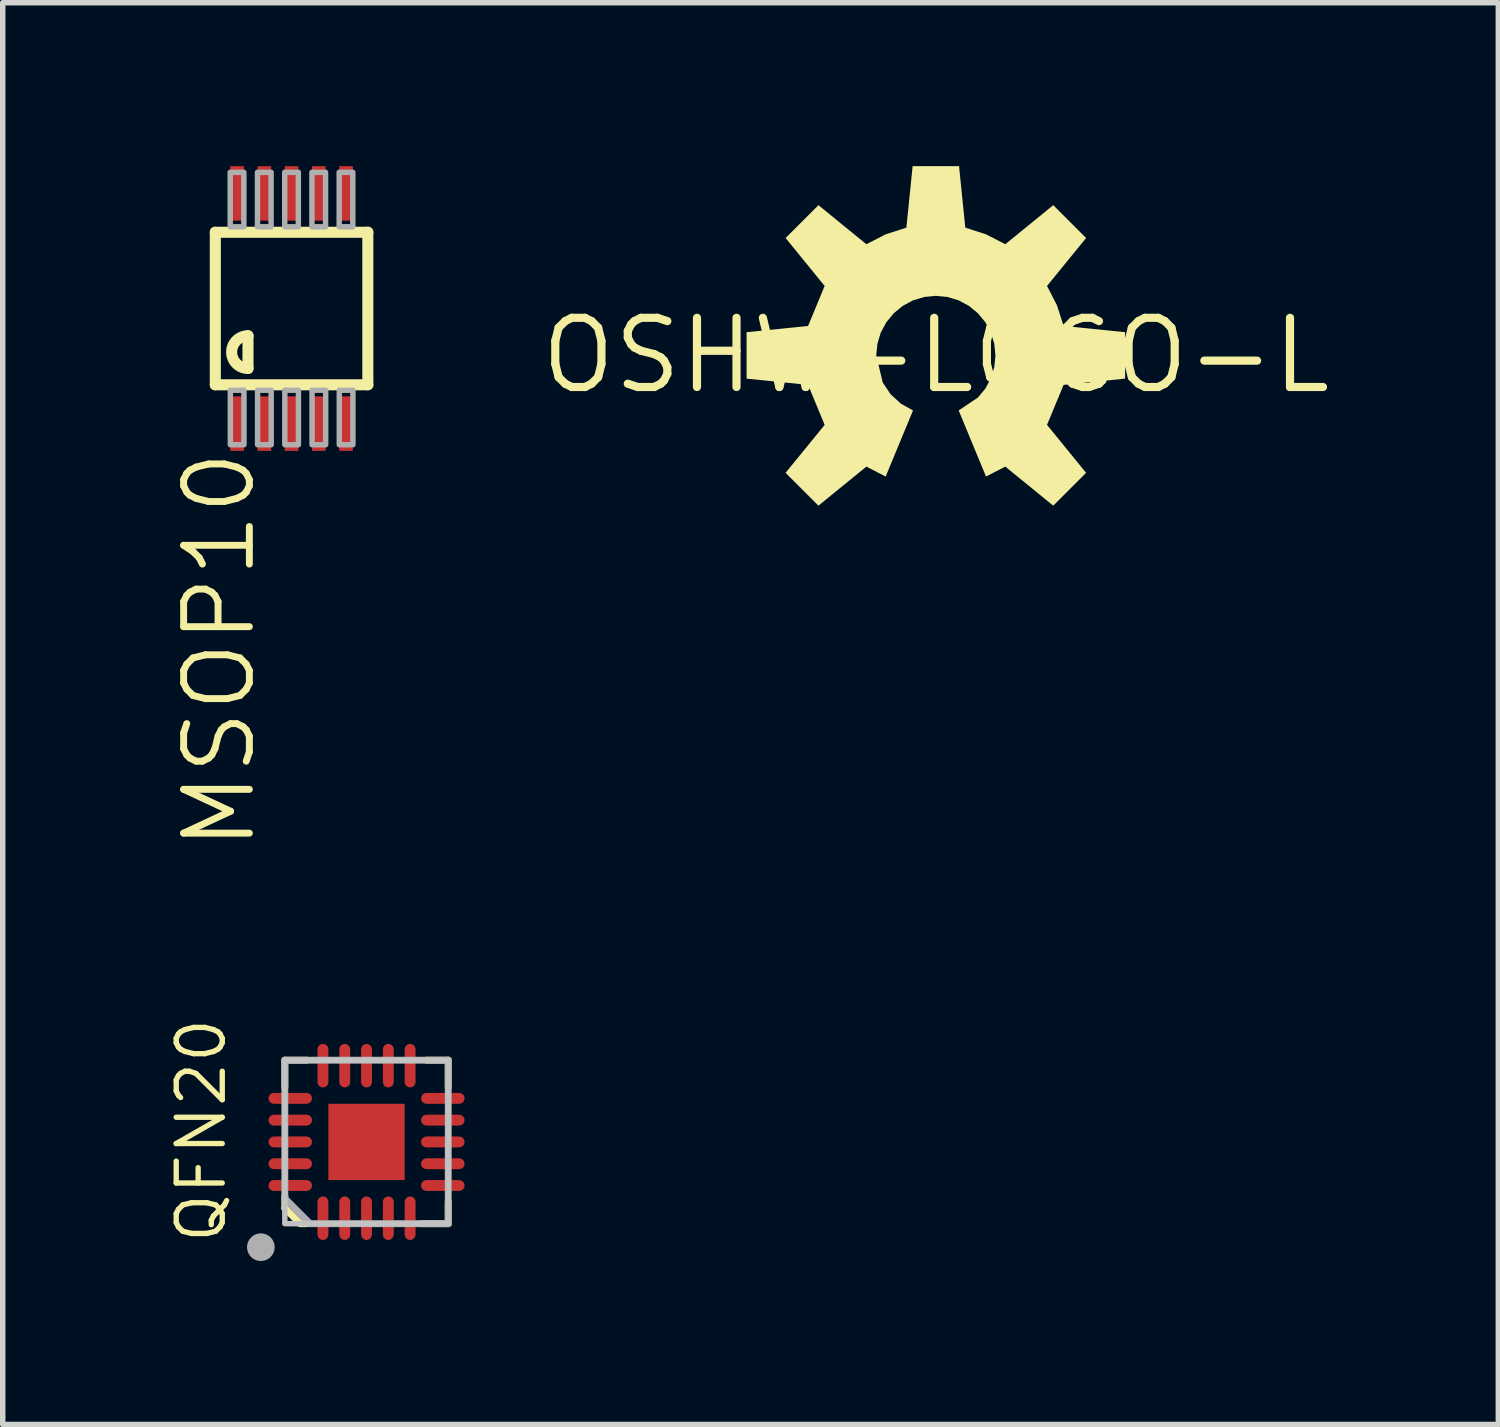
<source format=kicad_pcb>
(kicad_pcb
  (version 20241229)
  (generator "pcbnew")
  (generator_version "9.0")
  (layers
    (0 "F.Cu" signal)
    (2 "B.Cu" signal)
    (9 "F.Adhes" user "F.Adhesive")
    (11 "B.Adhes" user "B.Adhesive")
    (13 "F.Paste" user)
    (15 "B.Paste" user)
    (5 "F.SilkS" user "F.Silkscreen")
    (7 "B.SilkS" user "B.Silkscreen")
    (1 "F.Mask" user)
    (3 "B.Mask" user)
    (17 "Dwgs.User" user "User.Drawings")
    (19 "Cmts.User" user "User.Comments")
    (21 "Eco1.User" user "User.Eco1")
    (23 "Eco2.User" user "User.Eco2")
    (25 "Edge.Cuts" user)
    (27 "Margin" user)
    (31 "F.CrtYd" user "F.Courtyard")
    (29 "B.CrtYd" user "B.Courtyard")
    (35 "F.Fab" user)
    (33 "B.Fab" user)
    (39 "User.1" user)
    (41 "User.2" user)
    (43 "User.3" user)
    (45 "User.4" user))
  (footprint "QFN20"
    (layer "F.Cu")
    (at 3.678 17.911)
    (property "Reference" "QFN20" (at -2.54 1.905 90) (layer "F.SilkS") (effects (font (size 0.845 0.845) (thickness 0.098)) (justify left bottom)))
    (attr through_hole)
    (fp_line (start -1.5 -1.5) (end -1.1 -1.5) (stroke (width 0.127) (type solid)) (layer "F.SilkS"))
    (fp_line (start -1.5 -1) (end -1.5 -1.5) (stroke (width 0.127) (type solid)) (layer "F.SilkS"))
    (fp_line (start -1.5 1) (end -1.5 1.217) (stroke (width 0.127) (type solid)) (layer "F.SilkS"))
    (fp_line (start -1.5 1.217) (end -1.217 1.5) (stroke (width 0.127) (type solid)) (layer "F.SilkS"))
    (fp_line (start -1.217 1.5) (end -1.1 1.5) (stroke (width 0.127) (type solid)) (layer "F.SilkS"))
    (fp_line (start 1 1.5) (end 1.5 1.5) (stroke (width 0.127) (type solid)) (layer "F.SilkS"))
    (fp_line (start 1.5 -1.5) (end 1.1 -1.5) (stroke (width 0.127) (type solid)) (layer "F.SilkS"))
    (fp_line (start 1.5 -1) (end 1.5 -1.5) (stroke (width 0.127) (type solid)) (layer "F.SilkS"))
    (fp_line (start 1.5 1.5) (end 1.5 1.1) (stroke (width 0.127) (type solid)) (layer "F.SilkS"))
    (fp_poly (pts (xy -2.095 -0.902) (xy -1.613 -0.902) (xy -1.613 -1.105) (xy -2.095 -1.105)) (stroke (width 0) (type solid)) (fill yes) (layer "F.Paste"))
    (fp_poly (pts (xy -2.095 -0.394) (xy -1.613 -0.394) (xy -1.613 -0.597) (xy -2.095 -0.597)) (stroke (width 0) (type solid)) (fill yes) (layer "F.Paste"))
    (fp_poly (pts (xy -2.095 0.102) (xy -1.613 0.102) (xy -1.613 -0.102) (xy -2.095 -0.102)) (stroke (width 0) (type solid)) (fill yes) (layer "F.Paste"))
    (fp_poly (pts (xy -2.095 0.597) (xy -1.613 0.597) (xy -1.613 0.394) (xy -2.095 0.394)) (stroke (width 0) (type solid)) (fill yes) (layer "F.Paste"))
    (fp_poly (pts (xy -2.095 1.105) (xy -1.613 1.105) (xy -1.613 0.902) (xy -2.095 0.902)) (stroke (width 0) (type solid)) (fill yes) (layer "F.Paste"))
    (fp_poly (pts (xy -0.902 -1.613) (xy -0.902 -2.095) (xy -1.105 -2.095) (xy -1.105 -1.613)) (stroke (width 0) (type solid)) (fill yes) (layer "F.Paste"))
    (fp_poly (pts (xy -0.902 2.095) (xy -0.902 1.613) (xy -1.105 1.613) (xy -1.105 2.095)) (stroke (width 0) (type solid)) (fill yes) (layer "F.Paste"))
    (fp_poly (pts (xy -0.394 -1.613) (xy -0.394 -2.095) (xy -0.597 -2.095) (xy -0.597 -1.613)) (stroke (width 0) (type solid)) (fill yes) (layer "F.Paste"))
    (fp_poly (pts (xy -0.394 2.095) (xy -0.394 1.613) (xy -0.597 1.613) (xy -0.597 2.095)) (stroke (width 0) (type solid)) (fill yes) (layer "F.Paste"))
    (fp_poly (pts (xy -0.25 0.25) (xy 0.25 0.25) (xy 0.25 -0.25) (xy -0.25 -0.25)) (stroke (width 0) (type solid)) (fill yes) (layer "F.Paste"))
    (fp_poly (pts (xy 0.102 -1.613) (xy 0.102 -2.095) (xy -0.102 -2.095) (xy -0.102 -1.613)) (stroke (width 0) (type solid)) (fill yes) (layer "F.Paste"))
    (fp_poly (pts (xy 0.102 2.095) (xy 0.102 1.613) (xy -0.102 1.613) (xy -0.102 2.095)) (stroke (width 0) (type solid)) (fill yes) (layer "F.Paste"))
    (fp_poly (pts (xy 0.597 -1.613) (xy 0.597 -2.095) (xy 0.394 -2.095) (xy 0.394 -1.613)) (stroke (width 0) (type solid)) (fill yes) (layer "F.Paste"))
    (fp_poly (pts (xy 0.597 2.095) (xy 0.597 1.613) (xy 0.394 1.613) (xy 0.394 2.095)) (stroke (width 0) (type solid)) (fill yes) (layer "F.Paste"))
    (fp_poly (pts (xy 1.105 -1.613) (xy 1.105 -2.095) (xy 0.902 -2.095) (xy 0.902 -1.613)) (stroke (width 0) (type solid)) (fill yes) (layer "F.Paste"))
    (fp_poly (pts (xy 1.105 2.095) (xy 1.105 1.613) (xy 0.902 1.613) (xy 0.902 2.095)) (stroke (width 0) (type solid)) (fill yes) (layer "F.Paste"))
    (fp_poly (pts (xy 1.613 -0.902) (xy 2.095 -0.902) (xy 2.095 -1.105) (xy 1.613 -1.105)) (stroke (width 0) (type solid)) (fill yes) (layer "F.Paste"))
    (fp_poly (pts (xy 1.613 -0.394) (xy 2.095 -0.394) (xy 2.095 -0.597) (xy 1.613 -0.597)) (stroke (width 0) (type solid)) (fill yes) (layer "F.Paste"))
    (fp_poly (pts (xy 1.613 0.102) (xy 2.095 0.102) (xy 2.095 -0.102) (xy 1.613 -0.102)) (stroke (width 0) (type solid)) (fill yes) (layer "F.Paste"))
    (fp_poly (pts (xy 1.613 0.597) (xy 2.095 0.597) (xy 2.095 0.394) (xy 1.613 0.394)) (stroke (width 0) (type solid)) (fill yes) (layer "F.Paste"))
    (fp_poly (pts (xy 1.613 1.105) (xy 2.095 1.105) (xy 2.095 0.902) (xy 1.613 0.902)) (stroke (width 0) (type solid)) (fill yes) (layer "F.Paste"))
    (fp_poly (pts (xy -1.5 1.5) (xy 1.5 1.5) (xy 1.5 -1.5) (xy -1.5 -1.5)) (stroke (width 0.1) (type solid)) (fill no) (layer "Dwgs.User"))
    (fp_line (start -1.5 -1.5) (end 1.5 -1.5) (stroke (width 0.127) (type solid)) (layer "F.Fab"))
    (fp_line (start -1.5 1.038) (end -1.5 -1.5) (stroke (width 0.127) (type solid)) (layer "F.Fab"))
    (fp_line (start -1.038 1.5) (end -1.5 1.038) (stroke (width 0.127) (type solid)) (layer "F.Fab"))
    (fp_line (start 1.5 -1.5) (end 1.5 1.5) (stroke (width 0.127) (type solid)) (layer "F.Fab"))
    (fp_line (start 1.5 1.5) (end -1.038 1.5) (stroke (width 0.127) (type solid)) (layer "F.Fab"))
    (fp_circle (center -1.94 1.932) (end -1.686 1.932) (stroke (width 0) (type solid)) (fill yes) (layer "F.Fab"))
    (pad "1" smd roundrect (at -0.8 1.4 90) (size 0.8 0.2) (layers "F.Cu" "F.Mask" "F.Paste") (roundrect_rratio 0.5))
    (pad "2" smd roundrect (at -0.4 1.4 90) (size 0.8 0.2) (layers "F.Cu" "F.Mask" "F.Paste") (roundrect_rratio 0.5))
    (pad "3" smd roundrect (at 0 1.4 90) (size 0.8 0.2) (layers "F.Cu" "F.Mask" "F.Paste") (roundrect_rratio 0.5))
    (pad "4" smd roundrect (at 0.4 1.4 90) (size 0.8 0.2) (layers "F.Cu" "F.Mask" "F.Paste") (roundrect_rratio 0.5))
    (pad "5" smd roundrect (at 0.8 1.4 90) (size 0.8 0.2) (layers "F.Cu" "F.Mask" "F.Paste") (roundrect_rratio 0.5))
    (pad "6" smd roundrect (at 1.4 0.8 180) (size 0.8 0.2) (layers "F.Cu" "F.Mask" "F.Paste") (roundrect_rratio 0.5))
    (pad "7" smd roundrect (at 1.4 0.4 180) (size 0.8 0.2) (layers "F.Cu" "F.Mask" "F.Paste") (roundrect_rratio 0.5))
    (pad "8" smd roundrect (at 1.4 0 180) (size 0.8 0.2) (layers "F.Cu" "F.Mask" "F.Paste") (roundrect_rratio 0.5))
    (pad "9" smd roundrect (at 1.4 -0.4 180) (size 0.8 0.2) (layers "F.Cu" "F.Mask" "F.Paste") (roundrect_rratio 0.5))
    (pad "10" smd roundrect (at 1.4 -0.8 180) (size 0.8 0.2) (layers "F.Cu" "F.Mask" "F.Paste") (roundrect_rratio 0.5))
    (pad "11" smd roundrect (at 0.8 -1.4 270) (size 0.8 0.2) (layers "F.Cu" "F.Mask" "F.Paste") (roundrect_rratio 0.5))
    (pad "12" smd roundrect (at 0.4 -1.4 270) (size 0.8 0.2) (layers "F.Cu" "F.Mask" "F.Paste") (roundrect_rratio 0.5))
    (pad "13" smd roundrect (at 0 -1.4 270) (size 0.8 0.2) (layers "F.Cu" "F.Mask" "F.Paste") (roundrect_rratio 0.5))
    (pad "14" smd roundrect (at -0.4 -1.4 270) (size 0.8 0.2) (layers "F.Cu" "F.Mask" "F.Paste") (roundrect_rratio 0.5))
    (pad "15" smd roundrect (at -0.8 -1.4 270) (size 0.8 0.2) (layers "F.Cu" "F.Mask" "F.Paste") (roundrect_rratio 0.5))
    (pad "16" smd roundrect (at -1.4 -0.8) (size 0.8 0.2) (layers "F.Cu" "F.Mask" "F.Paste") (roundrect_rratio 0.5))
    (pad "17" smd roundrect (at -1.4 -0.4) (size 0.8 0.2) (layers "F.Cu" "F.Mask" "F.Paste") (roundrect_rratio 0.5))
    (pad "18" smd roundrect (at -1.4 0) (size 0.8 0.2) (layers "F.Cu" "F.Mask" "F.Paste") (roundrect_rratio 0.5))
    (pad "19" smd roundrect (at -1.4 0.4) (size 0.8 0.2) (layers "F.Cu" "F.Mask" "F.Paste") (roundrect_rratio 0.5))
    (pad "20" smd roundrect (at -1.4 0.8) (size 0.8 0.2) (layers "F.Cu" "F.Mask" "F.Paste") (roundrect_rratio 0.5))
    (pad "21" smd rect (at 0 0 90) (size 1.4 1.4) (layers "F.Cu" "F.Mask" "F.Paste")))
  (footprint "MSOP10"
    (layer "F.Cu")
    (at 2.302 2.613)
    (property "Reference" "MSOP10" (at -2.032 2.54 90) (layer "F.SilkS") (effects (font (size 1.206 1.206) (thickness 0.127)) (justify right top)))
    (attr through_hole)
    (fp_line (start -1.4 -1.4) (end 1.4 -1.4) (stroke (width 0.203) (type solid)) (layer "F.SilkS"))
    (fp_line (start -1.4 1.4) (end -1.4 -1.4) (stroke (width 0.203) (type solid)) (layer "F.SilkS"))
    (fp_line (start -0.8 0.5) (end -0.8 1.1) (stroke (width 0.203) (type solid)) (layer "F.SilkS"))
    (fp_line (start 1.4 -1.4) (end 1.4 1.4) (stroke (width 0.203) (type solid)) (layer "F.SilkS"))
    (fp_line (start 1.4 1.4) (end -1.4 1.4) (stroke (width 0.203) (type solid)) (layer "F.SilkS"))
    (fp_arc (start -0.8 1.1) (mid -1.1 0.8) (end -0.8 0.5) (stroke (width 0.2032) (type solid)) (layer "F.SilkS"))
    (fp_poly (pts (xy -1.124 2.5) (xy -0.874 2.5) (xy -0.874 1.5) (xy -1.124 1.5)) (stroke (width 0.1) (type solid)) (fill no) (layer "F.Fab"))
    (fp_poly (pts (xy -0.876 -2.5) (xy -1.126 -2.5) (xy -1.126 -1.5) (xy -0.876 -1.5)) (stroke (width 0.1) (type solid)) (fill no) (layer "F.Fab"))
    (fp_poly (pts (xy -0.624 2.5) (xy -0.374 2.5) (xy -0.374 1.5) (xy -0.624 1.5)) (stroke (width 0.1) (type solid)) (fill no) (layer "F.Fab"))
    (fp_poly (pts (xy -0.376 -2.5) (xy -0.626 -2.5) (xy -0.626 -1.5) (xy -0.376 -1.5)) (stroke (width 0.1) (type solid)) (fill no) (layer "F.Fab"))
    (fp_poly (pts (xy -0.124 2.5) (xy 0.126 2.5) (xy 0.126 1.5) (xy -0.124 1.5)) (stroke (width 0.1) (type solid)) (fill no) (layer "F.Fab"))
    (fp_poly (pts (xy 0.124 -2.5) (xy -0.126 -2.5) (xy -0.126 -1.5) (xy 0.124 -1.5)) (stroke (width 0.1) (type solid)) (fill no) (layer "F.Fab"))
    (fp_poly (pts (xy 0.376 2.5) (xy 0.626 2.5) (xy 0.626 1.5) (xy 0.376 1.5)) (stroke (width 0.1) (type solid)) (fill no) (layer "F.Fab"))
    (fp_poly (pts (xy 0.624 -2.5) (xy 0.374 -2.5) (xy 0.374 -1.5) (xy 0.624 -1.5)) (stroke (width 0.1) (type solid)) (fill no) (layer "F.Fab"))
    (fp_poly (pts (xy 0.876 2.5) (xy 1.126 2.5) (xy 1.126 1.5) (xy 0.876 1.5)) (stroke (width 0.1) (type solid)) (fill no) (layer "F.Fab"))
    (fp_poly (pts (xy 1.124 -2.5) (xy 0.874 -2.5) (xy 0.874 -1.5) (xy 1.124 -1.5)) (stroke (width 0.1) (type solid)) (fill no) (layer "F.Fab"))
    (pad "1" smd rect (at -1 2.113) (size 0.25 1) (layers "F.Cu" "F.Mask" "F.Paste"))
    (pad "2" smd rect (at -0.5 2.113) (size 0.25 1) (layers "F.Cu" "F.Mask" "F.Paste"))
    (pad "3" smd rect (at 0 2.113) (size 0.25 1) (layers "F.Cu" "F.Mask" "F.Paste"))
    (pad "4" smd rect (at 0.5 2.113) (size 0.25 1) (layers "F.Cu" "F.Mask" "F.Paste"))
    (pad "5" smd rect (at 1 2.113) (size 0.25 1) (layers "F.Cu" "F.Mask" "F.Paste"))
    (pad "6" smd rect (at 1 -2.113 180) (size 0.25 1) (layers "F.Cu" "F.Mask" "F.Paste"))
    (pad "7" smd rect (at 0.5 -2.113 180) (size 0.25 1) (layers "F.Cu" "F.Mask" "F.Paste"))
    (pad "8" smd rect (at 0 -2.113 180) (size 0.25 1) (layers "F.Cu" "F.Mask" "F.Paste"))
    (pad "9" smd rect (at -0.5 -2.113 180) (size 0.25 1) (layers "F.Cu" "F.Mask" "F.Paste"))
    (pad "10" smd rect (at -1 -2.113 180) (size 0.25 1) (layers "F.Cu" "F.Mask" "F.Paste")))
  (footprint "OSHW-LOGO-L"
    (layer "F.Cu")
    (at 14.128 3.474)
    (property "Reference" "OSHW-LOGO-L" (at 0 0 0) (layer "F.SilkS") (effects (font (size 1.27 1.27) (thickness 0.15))))
    (attr through_hole)
    (fp_poly (pts (xy 0.921 2.223) (xy 1.275 2.041) (xy 2.155 2.758) (xy 2.758 2.155) (xy 2.041 1.275) (xy 2.345 0.541) (xy 3.474 0.426) (xy 3.474 -0.426) (xy 2.345 -0.541) (xy 2.223 -0.921) (xy 2.041 -1.275) (xy 2.758 -2.155) (xy 2.155 -2.758) (xy 1.275 -2.041) (xy 0.921 -2.223) (xy 0.541 -2.345) (xy 0.426 -3.474) (xy -0.426 -3.474) (xy -0.541 -2.345) (xy -0.921 -2.223) (xy -1.275 -2.041) (xy -2.155 -2.758) (xy -2.758 -2.155) (xy -2.041 -1.275) (xy -2.345 -0.541) (xy -3.474 -0.426) (xy -3.474 0.426) (xy -2.345 0.541) (xy -2.041 1.275) (xy -2.758 2.155) (xy -2.155 2.758) (xy -1.275 2.041) (xy -0.921 2.223) (xy -0.419 1.01) (xy -0.643 0.885) (xy -0.832 0.71) (xy -0.975 0.497) (xy -1.094 0) (xy -1.094 -0.000001) (xy -1.073 -0.213) (xy -1.011 -0.419) (xy -0.909 -0.608) (xy -0.773 -0.773) (xy -0.608 -0.909) (xy -0.419 -1.011) (xy -0.213 -1.073) (xy -0.000039 -1.094) (xy 0.213 -1.073) (xy 0.419 -1.011) (xy 0.608 -0.909) (xy 0.773 -0.773) (xy 0.909 -0.608) (xy 1.01 -0.419) (xy 1.073 -0.213) (xy 1.094 -0.000038) (xy 1.073 0.213) (xy 1.011 0.419) (xy 0.909 0.608) (xy 0.773 0.773) (xy 0.419 1.01)) (stroke (width 0) (type solid)) (fill yes) (layer "F.SilkS")))
  (gr_rect
    (start -3 -3)
    (end 24.453 23.097)
    (stroke (width 0.1) (type default))
    (fill no)
    (layer "Edge.Cuts")))
</source>
